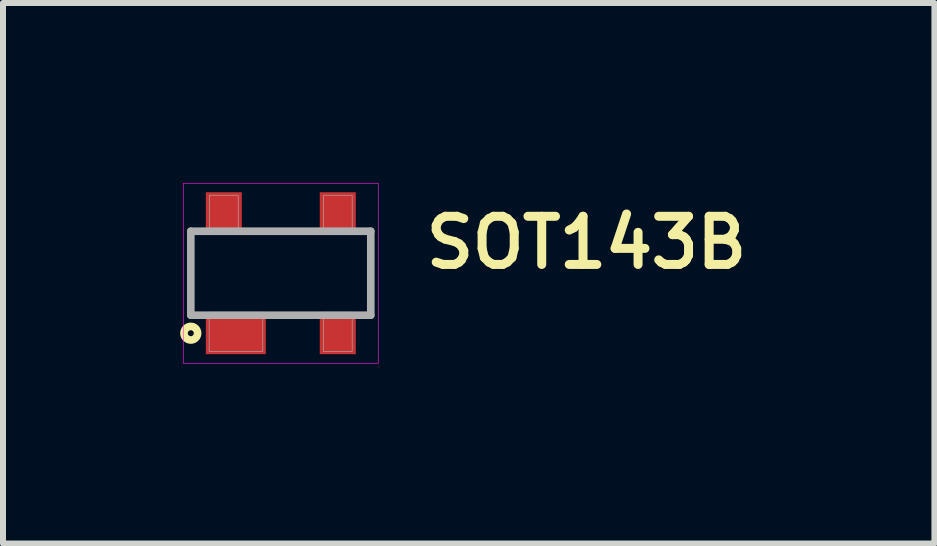
<source format=kicad_pcb>
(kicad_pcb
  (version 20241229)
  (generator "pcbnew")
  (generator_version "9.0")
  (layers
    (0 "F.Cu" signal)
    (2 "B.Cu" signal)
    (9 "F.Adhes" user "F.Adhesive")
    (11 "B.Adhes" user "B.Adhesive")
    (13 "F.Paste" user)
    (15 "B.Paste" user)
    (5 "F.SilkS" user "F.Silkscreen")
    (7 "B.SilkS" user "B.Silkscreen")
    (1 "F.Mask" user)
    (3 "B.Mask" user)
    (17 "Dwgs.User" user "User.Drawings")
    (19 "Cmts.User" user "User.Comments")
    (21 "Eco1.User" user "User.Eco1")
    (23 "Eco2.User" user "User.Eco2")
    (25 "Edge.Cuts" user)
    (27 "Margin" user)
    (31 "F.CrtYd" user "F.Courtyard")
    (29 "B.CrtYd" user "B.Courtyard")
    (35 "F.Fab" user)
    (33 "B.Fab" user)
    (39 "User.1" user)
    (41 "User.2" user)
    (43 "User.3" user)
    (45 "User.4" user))
  (footprint "SOT143B"
    (layer "F.Cu")
    (at 1.631 1.505)
    (property "Reference" "SOT143B" (at 5.096 -0.51 0) (layer "F.SilkS") (effects (font (size 0.803 0.803) (thickness 0.15))))
    (attr smd)
    (fp_circle (center -1.5 1) (end -1.45 1) (stroke (width 0.127) (type solid)) (fill no) (layer "F.SilkS"))
    (fp_poly (pts (xy -1.202 -1.3) (xy -0.7 -1.3) (xy -0.7 -0.701) (xy -1.202 -0.701)) (stroke (width 0.01) (type solid)) (fill yes) (layer "F.Paste"))
    (fp_poly (pts (xy -1.202 0.7) (xy -0.3 0.7) (xy -0.3 1.302) (xy -1.202 1.302)) (stroke (width 0.01) (type solid)) (fill yes) (layer "F.Paste"))
    (fp_poly (pts (xy 0.701 0.7) (xy 1.2 0.7) (xy 1.2 1.301) (xy 0.701 1.301)) (stroke (width 0.01) (type solid)) (fill yes) (layer "F.Paste"))
    (fp_poly (pts (xy 0.701 -1.3) (xy 1.2 -1.3) (xy 1.2 -0.701) (xy 0.701 -0.701)) (stroke (width 0.01) (type solid)) (fill yes) (layer "F.Paste"))
    (fp_poly (pts (xy -1.626 -1.5) (xy 1.625 -1.5) (xy 1.625 1.501) (xy -1.626 1.501)) (stroke (width 0.01) (type solid)) (fill no) (layer "F.CrtYd"))
    (fp_line (start -1.5 -0.7) (end 1.5 -0.7) (stroke (width 0.127) (type solid)) (layer "F.Fab"))
    (fp_line (start -1.5 0.7) (end -1.5 -0.7) (stroke (width 0.127) (type solid)) (layer "F.Fab"))
    (fp_line (start 1.5 -0.7) (end 1.5 0.7) (stroke (width 0.127) (type solid)) (layer "F.Fab"))
    (fp_line (start 1.5 0.7) (end -1.5 0.7) (stroke (width 0.127) (type solid)) (layer "F.Fab"))
    (fp_poly (pts (xy -1.194 0.65) (xy -0.3 0.65) (xy -0.3 1.304) (xy -1.194 1.304)) (stroke (width 0.01) (type solid)) (fill no) (layer "F.Fab"))
    (fp_poly (pts (xy -1.191 -1.3) (xy -0.71 -1.3) (xy -0.71 -0.651) (xy -1.191 -0.651)) (stroke (width 0.01) (type solid)) (fill no) (layer "F.Fab"))
    (fp_poly (pts (xy 0.711 0.65) (xy 1.19 0.65) (xy 1.19 1.303) (xy 0.711 1.303)) (stroke (width 0.01) (type solid)) (fill no) (layer "F.Fab"))
    (fp_poly (pts (xy 0.712 -1.3) (xy 1.19 -1.3) (xy 1.19 -0.652) (xy 0.712 -0.652)) (stroke (width 0.01) (type solid)) (fill no) (layer "F.Fab"))
    (pad "1" smd rect (at -0.75 1) (size 1 0.7) (layers "F.Cu" "F.Mask" "F.Paste"))
    (pad "2" smd rect (at 0.95 1) (size 0.6 0.7) (layers "F.Cu" "F.Mask" "F.Paste"))
    (pad "3" smd rect (at 0.95 -1) (size 0.6 0.7) (layers "F.Cu" "F.Mask" "F.Paste"))
    (pad "4" smd rect (at -0.95 -1) (size 0.6 0.7) (layers "F.Cu" "F.Mask" "F.Paste")))
  (gr_rect
    (start -3 -3)
    (end 12.528 6.011)
    (stroke (width 0.1) (type default))
    (fill no)
    (layer "Edge.Cuts")))
</source>
